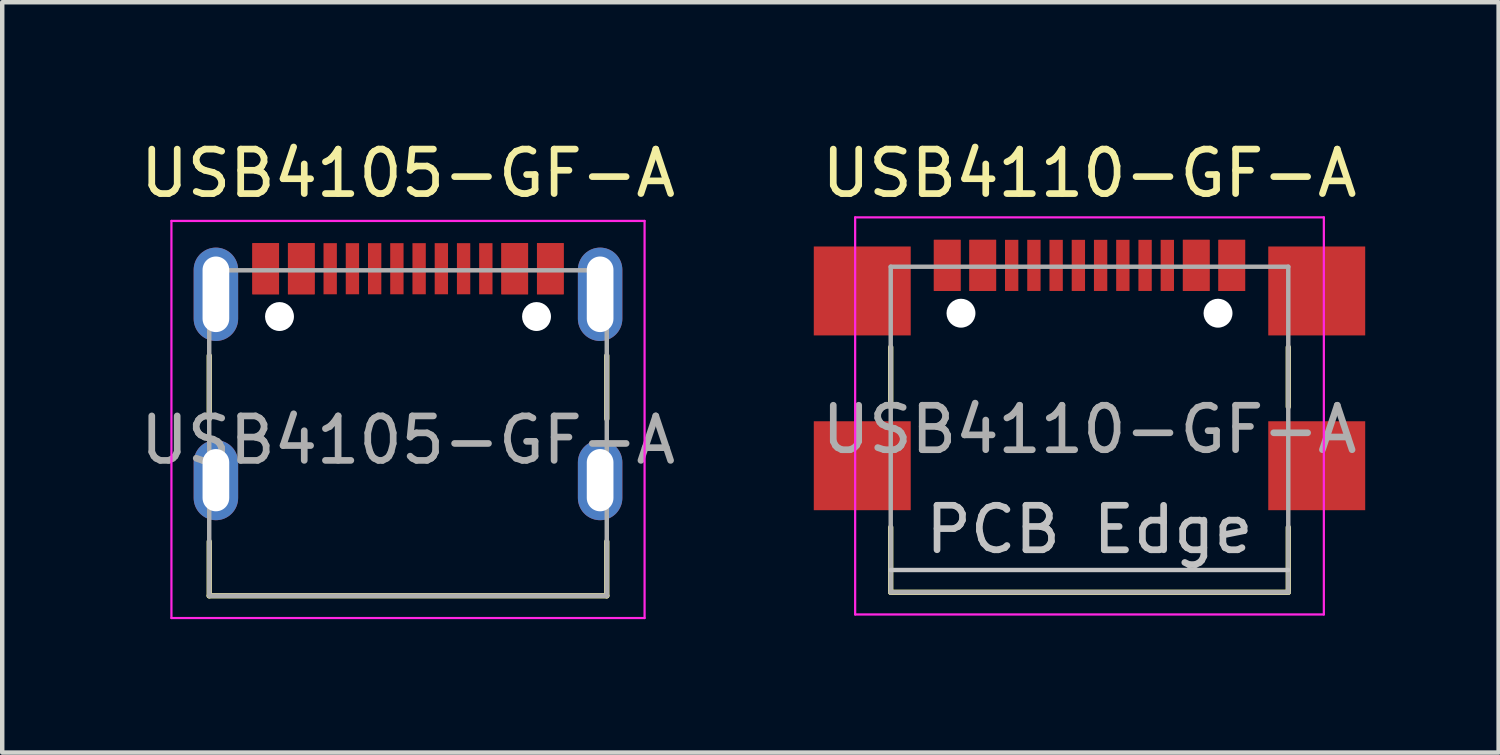
<source format=kicad_pcb>
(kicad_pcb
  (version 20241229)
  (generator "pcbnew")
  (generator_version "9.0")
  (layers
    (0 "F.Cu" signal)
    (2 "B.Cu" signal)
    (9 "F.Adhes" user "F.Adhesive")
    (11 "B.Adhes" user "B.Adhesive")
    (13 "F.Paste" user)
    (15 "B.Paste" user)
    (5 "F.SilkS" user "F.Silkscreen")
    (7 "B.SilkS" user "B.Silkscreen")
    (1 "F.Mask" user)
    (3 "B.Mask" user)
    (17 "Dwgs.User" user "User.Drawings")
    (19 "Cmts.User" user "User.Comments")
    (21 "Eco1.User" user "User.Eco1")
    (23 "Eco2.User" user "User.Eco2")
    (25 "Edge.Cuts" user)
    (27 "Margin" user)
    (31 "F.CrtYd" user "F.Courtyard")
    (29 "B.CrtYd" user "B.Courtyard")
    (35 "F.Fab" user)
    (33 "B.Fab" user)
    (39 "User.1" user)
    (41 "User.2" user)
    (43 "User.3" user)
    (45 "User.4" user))
  (footprint "USB4105-GF-A"
    (layer "F.Cu")
    (at 6.125 10.348)
    (property "Reference" "USB4105-GF-A" (at 0 -9.5 0) (layer "F.SilkS") (effects (font (size 1 1) (thickness 0.15))))
    (attr through_hole)
    (fp_line (start -4.47 -5.4) (end -4.47 -3.98) (stroke (width 0.12) (type solid)) (layer "F.SilkS"))
    (fp_line (start -4.47 0) (end -4.47 -1.22) (stroke (width 0.12) (type solid)) (layer "F.SilkS"))
    (fp_line (start 4.47 -5.4) (end 4.47 -3.98) (stroke (width 0.12) (type solid)) (layer "F.SilkS"))
    (fp_line (start 4.47 0) (end -4.47 0) (stroke (width 0.12) (type solid)) (layer "F.SilkS"))
    (fp_line (start 4.47 0) (end 4.47 -1.22) (stroke (width 0.12) (type solid)) (layer "F.SilkS"))
    (fp_line (start -5.32 -8.43) (end -5.32 0.5) (stroke (width 0.05) (type solid)) (layer "F.CrtYd"))
    (fp_line (start -5.32 0.5) (end 5.32 0.5) (stroke (width 0.05) (type solid)) (layer "F.CrtYd"))
    (fp_line (start 5.32 -8.43) (end -5.32 -8.43) (stroke (width 0.05) (type solid)) (layer "F.CrtYd"))
    (fp_line (start 5.32 0.5) (end 5.32 -8.43) (stroke (width 0.05) (type solid)) (layer "F.CrtYd"))
    (fp_line (start -4.47 -7.32) (end -4.47 0) (stroke (width 0.1) (type solid)) (layer "F.Fab"))
    (fp_line (start -4.47 -7.32) (end 4.47 -7.32) (stroke (width 0.1) (type solid)) (layer "F.Fab"))
    (fp_line (start 4.47 -7.32) (end 4.47 0) (stroke (width 0.1) (type solid)) (layer "F.Fab"))
    (fp_line (start 4.47 0) (end -4.47 0) (stroke (width 0.1) (type solid)) (layer "F.Fab"))
    (fp_text user "${REFERENCE}" (at 0 -3.5 0) (layer "F.Fab") (effects (font (size 1 1) (thickness 0.15))))
    (pad "" np_thru_hole circle (at -2.89 -6.28) (size 0.65 0.65) (drill 0.65) (layers "*.Cu" "*.Mask"))
    (pad "" np_thru_hole circle (at 2.89 -6.28) (size 0.65 0.65) (drill 0.65) (layers "*.Cu" "*.Mask"))
    (pad "A1" smd rect (at -3.2 -7.355) (size 0.6 1.15) (layers "F.Cu" "F.Mask" "F.Paste"))
    (pad "A4" smd rect (at -2.4 -7.355) (size 0.6 1.15) (layers "F.Cu" "F.Mask" "F.Paste"))
    (pad "A5" smd rect (at -1.25 -7.355 180) (size 0.3 1.15) (layers "F.Cu" "F.Mask" "F.Paste"))
    (pad "A6" smd rect (at -0.25 -7.355 180) (size 0.3 1.15) (layers "F.Cu" "F.Mask" "F.Paste"))
    (pad "A7" smd rect (at 0.25 -7.355 180) (size 0.3 1.15) (layers "F.Cu" "F.Mask" "F.Paste"))
    (pad "A8" smd rect (at 1.25 -7.355 180) (size 0.3 1.15) (layers "F.Cu" "F.Mask" "F.Paste"))
    (pad "A9" smd rect (at 2.4 -7.355) (size 0.6 1.15) (layers "F.Cu" "F.Mask" "F.Paste"))
    (pad "A12" smd rect (at 3.2 -7.355) (size 0.6 1.15) (layers "F.Cu" "F.Mask" "F.Paste"))
    (pad "B1" smd rect (at 3.2 -7.355) (size 0.6 1.15) (layers "F.Cu" "F.Mask" "F.Paste"))
    (pad "B4" smd rect (at 2.4 -7.355) (size 0.6 1.15) (layers "F.Cu" "F.Mask" "F.Paste"))
    (pad "B5" smd rect (at 1.75 -7.355 180) (size 0.3 1.15) (layers "F.Cu" "F.Mask" "F.Paste"))
    (pad "B6" smd rect (at 0.75 -7.355 180) (size 0.3 1.15) (layers "F.Cu" "F.Mask" "F.Paste"))
    (pad "B7" smd rect (at -0.75 -7.355 180) (size 0.3 1.15) (layers "F.Cu" "F.Mask" "F.Paste"))
    (pad "B8" smd rect (at -1.75 -7.355 180) (size 0.3 1.15) (layers "F.Cu" "F.Mask" "F.Paste"))
    (pad "B9" smd rect (at -2.4 -7.355) (size 0.6 1.15) (layers "F.Cu" "F.Mask" "F.Paste"))
    (pad "B12" smd rect (at -3.2 -7.355) (size 0.6 1.15) (layers "F.Cu" "F.Mask" "F.Paste"))
    (pad "S1" thru_hole oval (at -4.32 -6.78) (size 1 2.1) (drill oval 0.6 1.7) (layers "*.Cu" "*.Mask"))
    (pad "S1" thru_hole oval (at -4.32 -2.6) (size 1 1.8) (drill oval 0.6 1.4) (layers "*.Cu" "*.Mask"))
    (pad "S1" thru_hole oval (at 4.32 -6.78) (size 1 2.1) (drill oval 0.6 1.7) (layers "*.Cu" "*.Mask"))
    (pad "S1" thru_hole oval (at 4.32 -2.6) (size 1 1.8) (drill oval 0.6 1.4) (layers "*.Cu" "*.Mask")))
  (footprint "USB4110-GF-A"
    (layer "F.Cu")
    (at 21.45 10.268)
    (property "Reference" "USB4110-GF-A" (at 0 -9.42 0) (layer "F.SilkS") (effects (font (size 1 1) (thickness 0.15))))
    (attr smd)
    (fp_line (start -4.47 -5.51) (end -4.47 -4.17) (stroke (width 0.12) (type solid)) (layer "F.SilkS"))
    (fp_line (start -4.47 0) (end -4.47 -1.46) (stroke (width 0.12) (type solid)) (layer "F.SilkS"))
    (fp_line (start 4.47 -5.51) (end 4.47 -4.17) (stroke (width 0.12) (type solid)) (layer "F.SilkS"))
    (fp_line (start 4.47 0) (end -4.47 0) (stroke (width 0.12) (type solid)) (layer "F.SilkS"))
    (fp_line (start 4.47 0) (end 4.47 -1.46) (stroke (width 0.12) (type solid)) (layer "F.SilkS"))
    (fp_line (start -4.47 -0.5) (end 4.47 -0.5) (stroke (width 0.1) (type solid)) (layer "Dwgs.User"))
    (fp_line (start -5.27 -8.43) (end -5.27 0.5) (stroke (width 0.05) (type solid)) (layer "F.CrtYd"))
    (fp_line (start -5.27 0.5) (end 5.27 0.5) (stroke (width 0.05) (type solid)) (layer "F.CrtYd"))
    (fp_line (start 5.27 -8.43) (end -5.27 -8.43) (stroke (width 0.05) (type solid)) (layer "F.CrtYd"))
    (fp_line (start 5.27 0.5) (end 5.27 -8.43) (stroke (width 0.05) (type solid)) (layer "F.CrtYd"))
    (fp_line (start -4.47 -7.32) (end -4.47 0) (stroke (width 0.1) (type solid)) (layer "F.Fab"))
    (fp_line (start -4.47 -7.32) (end 4.47 -7.32) (stroke (width 0.1) (type solid)) (layer "F.Fab"))
    (fp_line (start 4.47 -7.32) (end 4.47 0) (stroke (width 0.1) (type solid)) (layer "F.Fab"))
    (fp_line (start 4.47 0) (end -4.47 0) (stroke (width 0.1) (type solid)) (layer "F.Fab"))
    (fp_text user "PCB Edge" (at 0 -1.41 0) (layer "Dwgs.User") (effects (font (size 1 1) (thickness 0.15))))
    (fp_text user "${REFERENCE}" (at 0 -3.66 0) (layer "F.Fab") (effects (font (size 1 1) (thickness 0.15))))
    (pad "" np_thru_hole circle (at -2.89 -6.275) (size 0.65 0.65) (drill 0.65) (layers "*.Cu" "*.Mask"))
    (pad "" np_thru_hole circle (at 2.89 -6.275) (size 0.65 0.65) (drill 0.65) (layers "*.Cu" "*.Mask"))
    (pad "A1" smd rect (at -3.2 -7.35) (size 0.6 1.15) (layers "F.Cu" "F.Mask" "F.Paste"))
    (pad "A4" smd rect (at -2.4 -7.35) (size 0.6 1.15) (layers "F.Cu" "F.Mask" "F.Paste"))
    (pad "A5" smd rect (at -1.25 -7.35 180) (size 0.3 1.15) (layers "F.Cu" "F.Mask" "F.Paste"))
    (pad "A6" smd rect (at -0.25 -7.35 180) (size 0.3 1.15) (layers "F.Cu" "F.Mask" "F.Paste"))
    (pad "A7" smd rect (at 0.25 -7.35 180) (size 0.3 1.15) (layers "F.Cu" "F.Mask" "F.Paste"))
    (pad "A8" smd rect (at 1.25 -7.35 180) (size 0.3 1.15) (layers "F.Cu" "F.Mask" "F.Paste"))
    (pad "A9" smd rect (at 2.4 -7.35) (size 0.6 1.15) (layers "F.Cu" "F.Mask" "F.Paste"))
    (pad "A12" smd rect (at 3.2 -7.35) (size 0.6 1.15) (layers "F.Cu" "F.Mask" "F.Paste"))
    (pad "B1" smd rect (at 3.2 -7.35) (size 0.6 1.15) (layers "F.Cu" "F.Mask" "F.Paste"))
    (pad "B4" smd rect (at 2.4 -7.35) (size 0.6 1.15) (layers "F.Cu" "F.Mask" "F.Paste"))
    (pad "B5" smd rect (at 1.75 -7.35 180) (size 0.3 1.15) (layers "F.Cu" "F.Mask" "F.Paste"))
    (pad "B6" smd rect (at 0.75 -7.35 180) (size 0.3 1.15) (layers "F.Cu" "F.Mask" "F.Paste"))
    (pad "B7" smd rect (at -0.75 -7.35 180) (size 0.3 1.15) (layers "F.Cu" "F.Mask" "F.Paste"))
    (pad "B8" smd rect (at -1.75 -7.35 180) (size 0.3 1.15) (layers "F.Cu" "F.Mask" "F.Paste"))
    (pad "B9" smd rect (at -2.4 -7.35) (size 0.6 1.15) (layers "F.Cu" "F.Mask" "F.Paste"))
    (pad "B12" smd rect (at -3.2 -7.35) (size 0.6 1.15) (layers "F.Cu" "F.Mask" "F.Paste"))
    (pad "S1" smd rect (at -5.11 -6.775) (size 2.18 2) (layers "F.Cu" "F.Mask" "F.Paste"))
    (pad "S1" smd rect (at -5.11 -2.845) (size 2.18 2) (layers "F.Cu" "F.Mask" "F.Paste"))
    (pad "S1" smd rect (at 5.11 -6.775) (size 2.18 2) (layers "F.Cu" "F.Mask" "F.Paste"))
    (pad "S1" smd rect (at 5.11 -2.845) (size 2.18 2) (layers "F.Cu" "F.Mask" "F.Paste")))
  (gr_rect
    (start -3 -3)
    (end 30.65 13.873)
    (stroke (width 0.1) (type default))
    (fill no)
    (layer "Edge.Cuts")))
</source>
